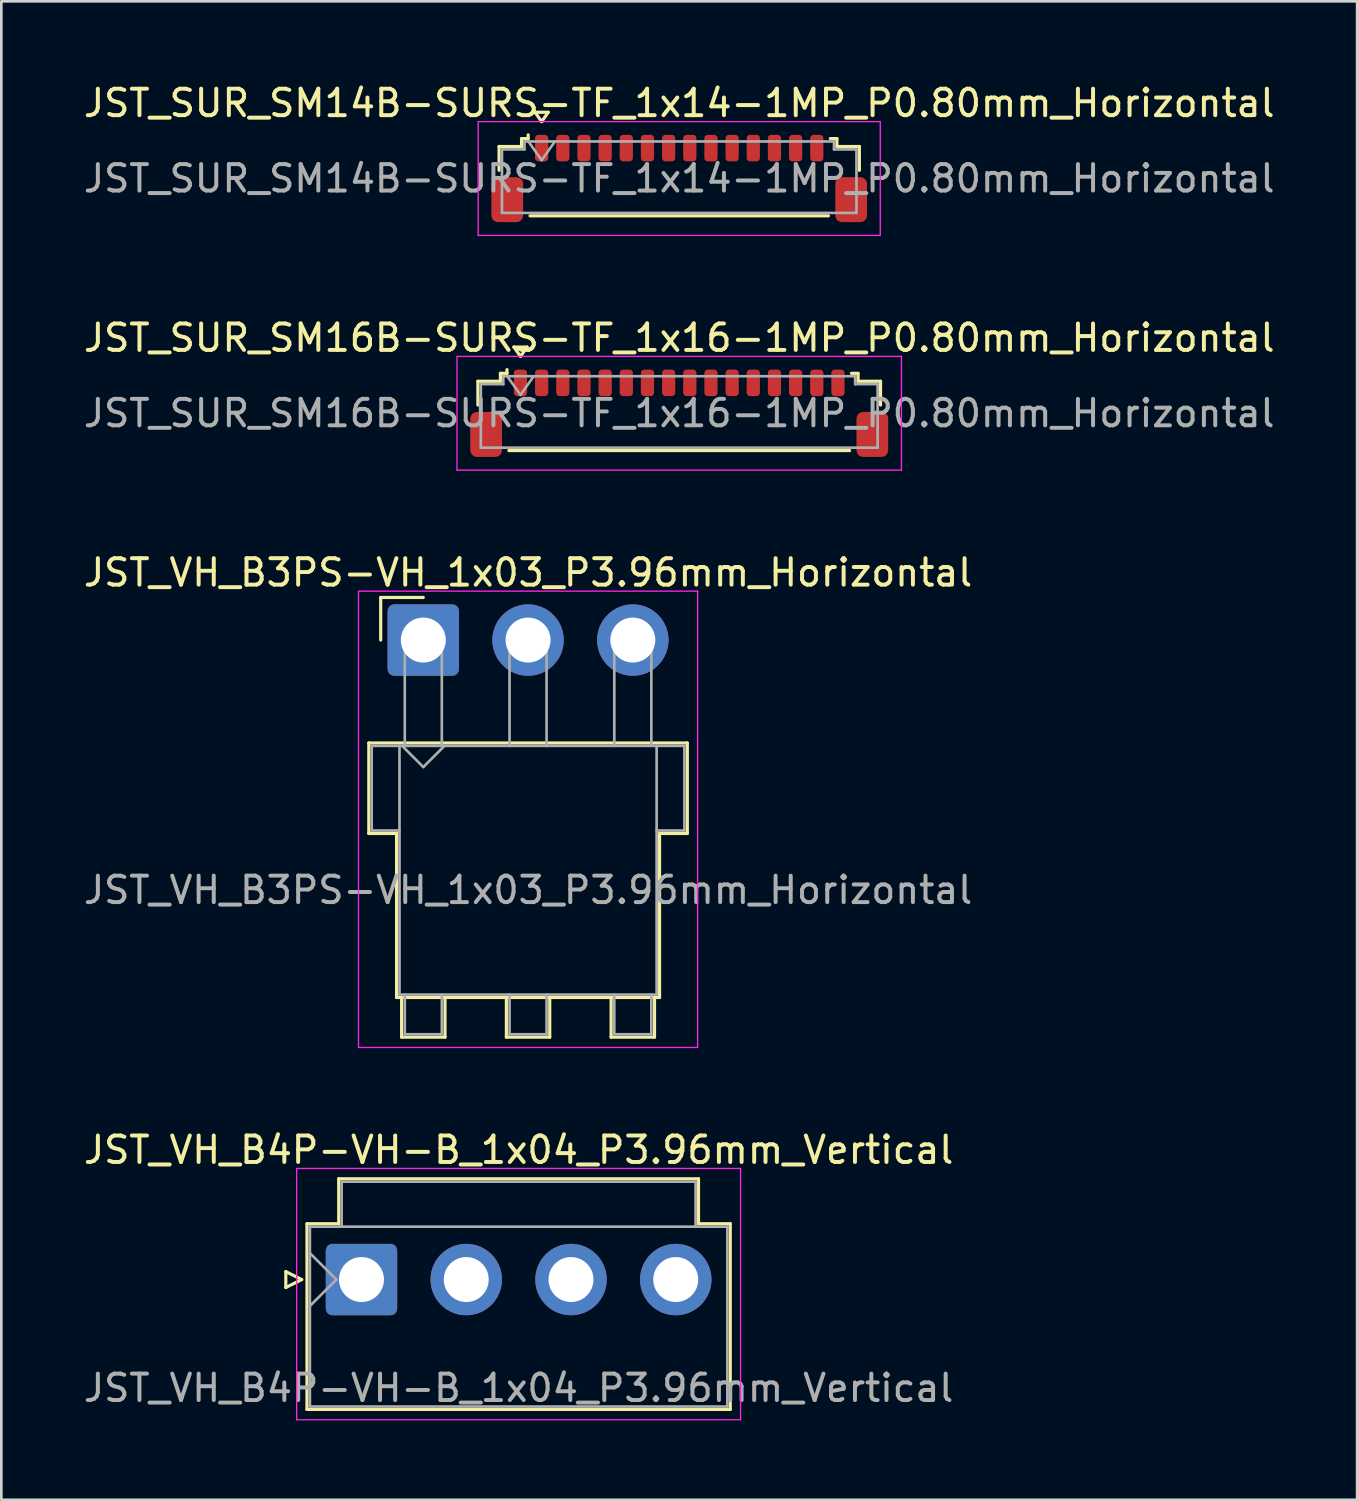
<source format=kicad_pcb>
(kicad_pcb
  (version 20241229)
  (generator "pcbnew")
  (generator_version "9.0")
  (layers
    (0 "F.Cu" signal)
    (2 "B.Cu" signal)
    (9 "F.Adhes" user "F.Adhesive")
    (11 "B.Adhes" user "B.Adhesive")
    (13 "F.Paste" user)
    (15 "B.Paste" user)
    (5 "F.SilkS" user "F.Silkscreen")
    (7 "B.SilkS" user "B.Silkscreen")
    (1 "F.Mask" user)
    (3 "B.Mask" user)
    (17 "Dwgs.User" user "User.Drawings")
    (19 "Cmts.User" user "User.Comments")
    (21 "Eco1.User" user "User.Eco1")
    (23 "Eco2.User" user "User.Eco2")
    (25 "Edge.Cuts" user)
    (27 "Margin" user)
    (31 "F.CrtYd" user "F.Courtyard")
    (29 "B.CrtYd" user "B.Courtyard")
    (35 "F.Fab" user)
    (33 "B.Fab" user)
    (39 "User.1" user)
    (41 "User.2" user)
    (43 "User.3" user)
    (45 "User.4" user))
  (footprint "JST_VH_B3PS-VH_1x03_P3.96mm_Horizontal"
    (layer "F.Cu")
    (at 12.951 21.145)
    (property "Reference" "JST_VH_B3PS-VH_1x03_P3.96mm_Horizontal" (at 3.96 -2.55 0) (layer "F.SilkS") (effects (font (size 1 1) (thickness 0.15))))
    (attr through_hole)
    (fp_line (start -2.06 3.89) (end 9.98 3.89) (stroke (width 0.12) (type solid)) (layer "F.SilkS"))
    (fp_line (start -2.06 7.31) (end -2.06 3.89) (stroke (width 0.12) (type solid)) (layer "F.SilkS"))
    (fp_line (start -1.61 -1.61) (end -1.61 0) (stroke (width 0.12) (type solid)) (layer "F.SilkS"))
    (fp_line (start -1.01 7.31) (end -2.06 7.31) (stroke (width 0.12) (type solid)) (layer "F.SilkS"))
    (fp_line (start -1.01 13.51) (end -1.01 7.31) (stroke (width 0.12) (type solid)) (layer "F.SilkS"))
    (fp_line (start -0.82 13.51) (end -0.82 15.01) (stroke (width 0.12) (type solid)) (layer "F.SilkS"))
    (fp_line (start -0.82 15.01) (end 0.82 15.01) (stroke (width 0.12) (type solid)) (layer "F.SilkS"))
    (fp_line (start 0 -1.61) (end -1.61 -1.61) (stroke (width 0.12) (type solid)) (layer "F.SilkS"))
    (fp_line (start 0.82 15.01) (end 0.82 13.51) (stroke (width 0.12) (type solid)) (layer "F.SilkS"))
    (fp_line (start 3.14 13.51) (end 3.14 15.01) (stroke (width 0.12) (type solid)) (layer "F.SilkS"))
    (fp_line (start 3.14 15.01) (end 4.78 15.01) (stroke (width 0.12) (type solid)) (layer "F.SilkS"))
    (fp_line (start 4.78 15.01) (end 4.78 13.51) (stroke (width 0.12) (type solid)) (layer "F.SilkS"))
    (fp_line (start 7.1 13.51) (end 7.1 15.01) (stroke (width 0.12) (type solid)) (layer "F.SilkS"))
    (fp_line (start 7.1 15.01) (end 8.74 15.01) (stroke (width 0.12) (type solid)) (layer "F.SilkS"))
    (fp_line (start 8.74 15.01) (end 8.74 13.51) (stroke (width 0.12) (type solid)) (layer "F.SilkS"))
    (fp_line (start 8.93 7.31) (end 8.93 13.51) (stroke (width 0.12) (type solid)) (layer "F.SilkS"))
    (fp_line (start 8.93 13.51) (end -1.01 13.51) (stroke (width 0.12) (type solid)) (layer "F.SilkS"))
    (fp_line (start 9.98 3.89) (end 9.98 7.31) (stroke (width 0.12) (type solid)) (layer "F.SilkS"))
    (fp_line (start 9.98 7.31) (end 8.93 7.31) (stroke (width 0.12) (type solid)) (layer "F.SilkS"))
    (fp_line (start -2.45 -1.85) (end -2.45 15.4) (stroke (width 0.05) (type solid)) (layer "F.CrtYd"))
    (fp_line (start -2.45 15.4) (end 10.37 15.4) (stroke (width 0.05) (type solid)) (layer "F.CrtYd"))
    (fp_line (start 10.37 -1.85) (end -2.45 -1.85) (stroke (width 0.05) (type solid)) (layer "F.CrtYd"))
    (fp_line (start 10.37 15.4) (end 10.37 -1.85) (stroke (width 0.05) (type solid)) (layer "F.CrtYd"))
    (fp_line (start -1.95 4) (end -0.9 4) (stroke (width 0.1) (type solid)) (layer "F.Fab"))
    (fp_line (start -1.95 7.2) (end -1.95 4) (stroke (width 0.1) (type solid)) (layer "F.Fab"))
    (fp_line (start -0.9 4) (end -0.9 13.4) (stroke (width 0.1) (type solid)) (layer "F.Fab"))
    (fp_line (start -0.9 7.2) (end -1.95 7.2) (stroke (width 0.1) (type solid)) (layer "F.Fab"))
    (fp_line (start -0.9 13.4) (end 8.82 13.4) (stroke (width 0.1) (type solid)) (layer "F.Fab"))
    (fp_line (start -0.8 4) (end 0 4.8) (stroke (width 0.1) (type solid)) (layer "F.Fab"))
    (fp_line (start -0.7 0) (end 0.7 0) (stroke (width 0.1) (type solid)) (layer "F.Fab"))
    (fp_line (start -0.7 4) (end -0.7 0) (stroke (width 0.1) (type solid)) (layer "F.Fab"))
    (fp_line (start -0.7 13.4) (end -0.7 14.9) (stroke (width 0.1) (type solid)) (layer "F.Fab"))
    (fp_line (start -0.7 14.9) (end 0.7 14.9) (stroke (width 0.1) (type solid)) (layer "F.Fab"))
    (fp_line (start 0 4.8) (end 0.8 4) (stroke (width 0.1) (type solid)) (layer "F.Fab"))
    (fp_line (start 0.7 0) (end 0.7 4) (stroke (width 0.1) (type solid)) (layer "F.Fab"))
    (fp_line (start 0.7 14.9) (end 0.7 13.4) (stroke (width 0.1) (type solid)) (layer "F.Fab"))
    (fp_line (start 3.26 0) (end 4.66 0) (stroke (width 0.1) (type solid)) (layer "F.Fab"))
    (fp_line (start 3.26 4) (end 3.26 0) (stroke (width 0.1) (type solid)) (layer "F.Fab"))
    (fp_line (start 3.26 13.4) (end 3.26 14.9) (stroke (width 0.1) (type solid)) (layer "F.Fab"))
    (fp_line (start 3.26 14.9) (end 4.66 14.9) (stroke (width 0.1) (type solid)) (layer "F.Fab"))
    (fp_line (start 4.66 0) (end 4.66 4) (stroke (width 0.1) (type solid)) (layer "F.Fab"))
    (fp_line (start 4.66 14.9) (end 4.66 13.4) (stroke (width 0.1) (type solid)) (layer "F.Fab"))
    (fp_line (start 7.22 0) (end 8.62 0) (stroke (width 0.1) (type solid)) (layer "F.Fab"))
    (fp_line (start 7.22 4) (end 7.22 0) (stroke (width 0.1) (type solid)) (layer "F.Fab"))
    (fp_line (start 7.22 13.4) (end 7.22 14.9) (stroke (width 0.1) (type solid)) (layer "F.Fab"))
    (fp_line (start 7.22 14.9) (end 8.62 14.9) (stroke (width 0.1) (type solid)) (layer "F.Fab"))
    (fp_line (start 8.62 0) (end 8.62 4) (stroke (width 0.1) (type solid)) (layer "F.Fab"))
    (fp_line (start 8.62 14.9) (end 8.62 13.4) (stroke (width 0.1) (type solid)) (layer "F.Fab"))
    (fp_line (start 8.82 4) (end -0.9 4) (stroke (width 0.1) (type solid)) (layer "F.Fab"))
    (fp_line (start 8.82 4) (end 9.87 4) (stroke (width 0.1) (type solid)) (layer "F.Fab"))
    (fp_line (start 8.82 13.4) (end 8.82 4) (stroke (width 0.1) (type solid)) (layer "F.Fab"))
    (fp_line (start 9.87 4) (end 9.87 7.2) (stroke (width 0.1) (type solid)) (layer "F.Fab"))
    (fp_line (start 9.87 7.2) (end 8.82 7.2) (stroke (width 0.1) (type solid)) (layer "F.Fab"))
    (fp_text user "${REFERENCE}" (at 3.96 9.45 0) (layer "F.Fab") (effects (font (size 1 1) (thickness 0.15))))
    (pad "1" thru_hole roundrect (at 0 0) (size 2.7 2.7) (drill 1.7) (layers "*.Cu" "*.Mask") (roundrect_rratio 0.093))
    (pad "2" thru_hole circle (at 3.96 0) (size 2.7 2.7) (drill 1.7) (layers "*.Cu" "*.Mask"))
    (pad "3" thru_hole circle (at 7.92 0) (size 2.7 2.7) (drill 1.7) (layers "*.Cu" "*.Mask")))
  (footprint "JST_SUR_SM16B-SURS-TF_1x16-1MP_P0.80mm_Horizontal"
    (layer "F.Cu")
    (at 22.625 12.572)
    (property "Reference" "JST_SUR_SM16B-SURS-TF_1x16-1MP_P0.80mm_Horizontal" (at 0 -2.85 0) (layer "F.SilkS") (effects (font (size 1 1) (thickness 0.15))))
    (attr smd)
    (fp_line (start -7.61 -1.21) (end -6.76 -1.21) (stroke (width 0.12) (type solid)) (layer "F.SilkS"))
    (fp_line (start -7.61 -0.31) (end -7.61 -1.21) (stroke (width 0.12) (type solid)) (layer "F.SilkS"))
    (fp_line (start -6.76 -1.51) (end -6.51 -1.51) (stroke (width 0.12) (type solid)) (layer "F.SilkS"))
    (fp_line (start -6.76 -1.21) (end -6.76 -1.51) (stroke (width 0.12) (type solid)) (layer "F.SilkS"))
    (fp_line (start -6.51 -1.51) (end -6.51 -1.65) (stroke (width 0.12) (type solid)) (layer "F.SilkS"))
    (fp_line (start -6.44 1.41) (end 6.44 1.41) (stroke (width 0.12) (type solid)) (layer "F.SilkS"))
    (fp_line (start -6.25 -2.504) (end -6 -2.15) (stroke (width 0.12) (type solid)) (layer "F.SilkS"))
    (fp_line (start -6 -2.15) (end -5.75 -2.504) (stroke (width 0.12) (type solid)) (layer "F.SilkS"))
    (fp_line (start -5.75 -2.504) (end -6.25 -2.504) (stroke (width 0.12) (type solid)) (layer "F.SilkS"))
    (fp_line (start 6.76 -1.51) (end 6.51 -1.51) (stroke (width 0.12) (type solid)) (layer "F.SilkS"))
    (fp_line (start 6.76 -1.21) (end 6.76 -1.51) (stroke (width 0.12) (type solid)) (layer "F.SilkS"))
    (fp_line (start 7.61 -1.21) (end 6.76 -1.21) (stroke (width 0.12) (type solid)) (layer "F.SilkS"))
    (fp_line (start 7.61 -0.31) (end 7.61 -1.21) (stroke (width 0.12) (type solid)) (layer "F.SilkS"))
    (fp_line (start -8.4 -2.15) (end -8.4 2.15) (stroke (width 0.05) (type solid)) (layer "F.CrtYd"))
    (fp_line (start -8.4 2.15) (end 8.4 2.15) (stroke (width 0.05) (type solid)) (layer "F.CrtYd"))
    (fp_line (start 8.4 -2.15) (end -8.4 -2.15) (stroke (width 0.05) (type solid)) (layer "F.CrtYd"))
    (fp_line (start 8.4 2.15) (end 8.4 -2.15) (stroke (width 0.05) (type solid)) (layer "F.CrtYd"))
    (fp_line (start -7.5 -1.1) (end -7.5 1.3) (stroke (width 0.1) (type solid)) (layer "F.Fab"))
    (fp_line (start -7.5 -1.1) (end -6.65 -1.1) (stroke (width 0.1) (type solid)) (layer "F.Fab"))
    (fp_line (start -7.5 1.3) (end 7.5 1.3) (stroke (width 0.1) (type solid)) (layer "F.Fab"))
    (fp_line (start -6.65 -1.4) (end 6.65 -1.4) (stroke (width 0.1) (type solid)) (layer "F.Fab"))
    (fp_line (start -6.65 -1.1) (end -6.65 -1.4) (stroke (width 0.1) (type solid)) (layer "F.Fab"))
    (fp_line (start -6.5 -1.4) (end -6 -0.693) (stroke (width 0.1) (type solid)) (layer "F.Fab"))
    (fp_line (start -6 -0.693) (end -5.5 -1.4) (stroke (width 0.1) (type solid)) (layer "F.Fab"))
    (fp_line (start 6.65 -1.4) (end 6.65 -1.1) (stroke (width 0.1) (type solid)) (layer "F.Fab"))
    (fp_line (start 6.65 -1.1) (end 7.5 -1.1) (stroke (width 0.1) (type solid)) (layer "F.Fab"))
    (fp_line (start 7.5 -1.1) (end 7.5 1.3) (stroke (width 0.1) (type solid)) (layer "F.Fab"))
    (fp_text user "${REFERENCE}" (at 0 0 0) (layer "F.Fab") (effects (font (size 1 1) (thickness 0.15))))
    (pad "1" smd roundrect (at -6 -1.15) (size 0.5 1) (layers "F.Cu" "F.Mask" "F.Paste") (roundrect_rratio 0.25))
    (pad "2" smd roundrect (at -5.2 -1.15) (size 0.5 1) (layers "F.Cu" "F.Mask" "F.Paste") (roundrect_rratio 0.25))
    (pad "3" smd roundrect (at -4.4 -1.15) (size 0.5 1) (layers "F.Cu" "F.Mask" "F.Paste") (roundrect_rratio 0.25))
    (pad "4" smd roundrect (at -3.6 -1.15) (size 0.5 1) (layers "F.Cu" "F.Mask" "F.Paste") (roundrect_rratio 0.25))
    (pad "5" smd roundrect (at -2.8 -1.15) (size 0.5 1) (layers "F.Cu" "F.Mask" "F.Paste") (roundrect_rratio 0.25))
    (pad "6" smd roundrect (at -2 -1.15) (size 0.5 1) (layers "F.Cu" "F.Mask" "F.Paste") (roundrect_rratio 0.25))
    (pad "7" smd roundrect (at -1.2 -1.15) (size 0.5 1) (layers "F.Cu" "F.Mask" "F.Paste") (roundrect_rratio 0.25))
    (pad "8" smd roundrect (at -0.4 -1.15) (size 0.5 1) (layers "F.Cu" "F.Mask" "F.Paste") (roundrect_rratio 0.25))
    (pad "9" smd roundrect (at 0.4 -1.15) (size 0.5 1) (layers "F.Cu" "F.Mask" "F.Paste") (roundrect_rratio 0.25))
    (pad "10" smd roundrect (at 1.2 -1.15) (size 0.5 1) (layers "F.Cu" "F.Mask" "F.Paste") (roundrect_rratio 0.25))
    (pad "11" smd roundrect (at 2 -1.15) (size 0.5 1) (layers "F.Cu" "F.Mask" "F.Paste") (roundrect_rratio 0.25))
    (pad "12" smd roundrect (at 2.8 -1.15) (size 0.5 1) (layers "F.Cu" "F.Mask" "F.Paste") (roundrect_rratio 0.25))
    (pad "13" smd roundrect (at 3.6 -1.15) (size 0.5 1) (layers "F.Cu" "F.Mask" "F.Paste") (roundrect_rratio 0.25))
    (pad "14" smd roundrect (at 4.4 -1.15) (size 0.5 1) (layers "F.Cu" "F.Mask" "F.Paste") (roundrect_rratio 0.25))
    (pad "15" smd roundrect (at 5.2 -1.15) (size 0.5 1) (layers "F.Cu" "F.Mask" "F.Paste") (roundrect_rratio 0.25))
    (pad "16" smd roundrect (at 6 -1.15) (size 0.5 1) (layers "F.Cu" "F.Mask" "F.Paste") (roundrect_rratio 0.25))
    (pad "MP" smd roundrect (at -7.3 0.8) (size 1.2 1.7) (layers "F.Cu" "F.Mask" "F.Paste") (roundrect_rratio 0.208))
    (pad "MP" smd roundrect (at 7.3 0.8) (size 1.2 1.7) (layers "F.Cu" "F.Mask" "F.Paste") (roundrect_rratio 0.208)))
  (footprint "JST_SUR_SM14B-SURS-TF_1x14-1MP_P0.80mm_Horizontal"
    (layer "F.Cu")
    (at 22.625 3.698)
    (property "Reference" "JST_SUR_SM14B-SURS-TF_1x14-1MP_P0.80mm_Horizontal" (at 0 -2.85 0) (layer "F.SilkS") (effects (font (size 1 1) (thickness 0.15))))
    (attr smd)
    (fp_line (start -6.81 -1.21) (end -5.96 -1.21) (stroke (width 0.12) (type solid)) (layer "F.SilkS"))
    (fp_line (start -6.81 -0.31) (end -6.81 -1.21) (stroke (width 0.12) (type solid)) (layer "F.SilkS"))
    (fp_line (start -5.96 -1.51) (end -5.71 -1.51) (stroke (width 0.12) (type solid)) (layer "F.SilkS"))
    (fp_line (start -5.96 -1.21) (end -5.96 -1.51) (stroke (width 0.12) (type solid)) (layer "F.SilkS"))
    (fp_line (start -5.71 -1.51) (end -5.71 -1.65) (stroke (width 0.12) (type solid)) (layer "F.SilkS"))
    (fp_line (start -5.64 1.41) (end 5.64 1.41) (stroke (width 0.12) (type solid)) (layer "F.SilkS"))
    (fp_line (start -5.45 -2.504) (end -5.2 -2.15) (stroke (width 0.12) (type solid)) (layer "F.SilkS"))
    (fp_line (start -5.2 -2.15) (end -4.95 -2.504) (stroke (width 0.12) (type solid)) (layer "F.SilkS"))
    (fp_line (start -4.95 -2.504) (end -5.45 -2.504) (stroke (width 0.12) (type solid)) (layer "F.SilkS"))
    (fp_line (start 5.96 -1.51) (end 5.71 -1.51) (stroke (width 0.12) (type solid)) (layer "F.SilkS"))
    (fp_line (start 5.96 -1.21) (end 5.96 -1.51) (stroke (width 0.12) (type solid)) (layer "F.SilkS"))
    (fp_line (start 6.81 -1.21) (end 5.96 -1.21) (stroke (width 0.12) (type solid)) (layer "F.SilkS"))
    (fp_line (start 6.81 -0.31) (end 6.81 -1.21) (stroke (width 0.12) (type solid)) (layer "F.SilkS"))
    (fp_line (start -7.6 -2.15) (end -7.6 2.15) (stroke (width 0.05) (type solid)) (layer "F.CrtYd"))
    (fp_line (start -7.6 2.15) (end 7.6 2.15) (stroke (width 0.05) (type solid)) (layer "F.CrtYd"))
    (fp_line (start 7.6 -2.15) (end -7.6 -2.15) (stroke (width 0.05) (type solid)) (layer "F.CrtYd"))
    (fp_line (start 7.6 2.15) (end 7.6 -2.15) (stroke (width 0.05) (type solid)) (layer "F.CrtYd"))
    (fp_line (start -6.7 -1.1) (end -6.7 1.3) (stroke (width 0.1) (type solid)) (layer "F.Fab"))
    (fp_line (start -6.7 -1.1) (end -5.85 -1.1) (stroke (width 0.1) (type solid)) (layer "F.Fab"))
    (fp_line (start -6.7 1.3) (end 6.7 1.3) (stroke (width 0.1) (type solid)) (layer "F.Fab"))
    (fp_line (start -5.85 -1.4) (end 5.85 -1.4) (stroke (width 0.1) (type solid)) (layer "F.Fab"))
    (fp_line (start -5.85 -1.1) (end -5.85 -1.4) (stroke (width 0.1) (type solid)) (layer "F.Fab"))
    (fp_line (start -5.7 -1.4) (end -5.2 -0.693) (stroke (width 0.1) (type solid)) (layer "F.Fab"))
    (fp_line (start -5.2 -0.693) (end -4.7 -1.4) (stroke (width 0.1) (type solid)) (layer "F.Fab"))
    (fp_line (start 5.85 -1.4) (end 5.85 -1.1) (stroke (width 0.1) (type solid)) (layer "F.Fab"))
    (fp_line (start 5.85 -1.1) (end 6.7 -1.1) (stroke (width 0.1) (type solid)) (layer "F.Fab"))
    (fp_line (start 6.7 -1.1) (end 6.7 1.3) (stroke (width 0.1) (type solid)) (layer "F.Fab"))
    (fp_text user "${REFERENCE}" (at 0 0 0) (layer "F.Fab") (effects (font (size 1 1) (thickness 0.15))))
    (pad "1" smd roundrect (at -5.2 -1.15) (size 0.5 1) (layers "F.Cu" "F.Mask" "F.Paste") (roundrect_rratio 0.25))
    (pad "2" smd roundrect (at -4.4 -1.15) (size 0.5 1) (layers "F.Cu" "F.Mask" "F.Paste") (roundrect_rratio 0.25))
    (pad "3" smd roundrect (at -3.6 -1.15) (size 0.5 1) (layers "F.Cu" "F.Mask" "F.Paste") (roundrect_rratio 0.25))
    (pad "4" smd roundrect (at -2.8 -1.15) (size 0.5 1) (layers "F.Cu" "F.Mask" "F.Paste") (roundrect_rratio 0.25))
    (pad "5" smd roundrect (at -2 -1.15) (size 0.5 1) (layers "F.Cu" "F.Mask" "F.Paste") (roundrect_rratio 0.25))
    (pad "6" smd roundrect (at -1.2 -1.15) (size 0.5 1) (layers "F.Cu" "F.Mask" "F.Paste") (roundrect_rratio 0.25))
    (pad "7" smd roundrect (at -0.4 -1.15) (size 0.5 1) (layers "F.Cu" "F.Mask" "F.Paste") (roundrect_rratio 0.25))
    (pad "8" smd roundrect (at 0.4 -1.15) (size 0.5 1) (layers "F.Cu" "F.Mask" "F.Paste") (roundrect_rratio 0.25))
    (pad "9" smd roundrect (at 1.2 -1.15) (size 0.5 1) (layers "F.Cu" "F.Mask" "F.Paste") (roundrect_rratio 0.25))
    (pad "10" smd roundrect (at 2 -1.15) (size 0.5 1) (layers "F.Cu" "F.Mask" "F.Paste") (roundrect_rratio 0.25))
    (pad "11" smd roundrect (at 2.8 -1.15) (size 0.5 1) (layers "F.Cu" "F.Mask" "F.Paste") (roundrect_rratio 0.25))
    (pad "12" smd roundrect (at 3.6 -1.15) (size 0.5 1) (layers "F.Cu" "F.Mask" "F.Paste") (roundrect_rratio 0.25))
    (pad "13" smd roundrect (at 4.4 -1.15) (size 0.5 1) (layers "F.Cu" "F.Mask" "F.Paste") (roundrect_rratio 0.25))
    (pad "14" smd roundrect (at 5.2 -1.15) (size 0.5 1) (layers "F.Cu" "F.Mask" "F.Paste") (roundrect_rratio 0.25))
    (pad "MP" smd roundrect (at -6.5 0.8) (size 1.2 1.7) (layers "F.Cu" "F.Mask" "F.Paste") (roundrect_rratio 0.208))
    (pad "MP" smd roundrect (at 6.5 0.8) (size 1.2 1.7) (layers "F.Cu" "F.Mask" "F.Paste") (roundrect_rratio 0.208)))
  (footprint "JST_VH_B4P-VH-B_1x04_P3.96mm_Vertical"
    (layer "F.Cu")
    (at 10.614 45.318)
    (property "Reference" "JST_VH_B4P-VH-B_1x04_P3.96mm_Vertical" (at 5.94 -4.9 0) (layer "F.SilkS") (effects (font (size 1 1) (thickness 0.15))))
    (attr through_hole)
    (fp_line (start -2.86 -0.3) (end -2.26 0) (stroke (width 0.12) (type solid)) (layer "F.SilkS"))
    (fp_line (start -2.86 0.3) (end -2.86 -0.3) (stroke (width 0.12) (type solid)) (layer "F.SilkS"))
    (fp_line (start -2.26 0) (end -2.86 0.3) (stroke (width 0.12) (type solid)) (layer "F.SilkS"))
    (fp_line (start -2.06 -2.11) (end -0.86 -2.11) (stroke (width 0.12) (type solid)) (layer "F.SilkS"))
    (fp_line (start -2.06 4.91) (end -2.06 -2.11) (stroke (width 0.12) (type solid)) (layer "F.SilkS"))
    (fp_line (start -0.86 -3.81) (end 12.74 -3.81) (stroke (width 0.12) (type solid)) (layer "F.SilkS"))
    (fp_line (start -0.86 -2.11) (end -0.86 -3.81) (stroke (width 0.12) (type solid)) (layer "F.SilkS"))
    (fp_line (start 12.74 -3.81) (end 12.74 -2.11) (stroke (width 0.12) (type solid)) (layer "F.SilkS"))
    (fp_line (start 12.74 -2.11) (end 13.94 -2.11) (stroke (width 0.12) (type solid)) (layer "F.SilkS"))
    (fp_line (start 13.94 -2.11) (end 13.94 4.91) (stroke (width 0.12) (type solid)) (layer "F.SilkS"))
    (fp_line (start 13.94 4.91) (end -2.06 4.91) (stroke (width 0.12) (type solid)) (layer "F.SilkS"))
    (fp_line (start -2.45 -4.2) (end -2.45 5.3) (stroke (width 0.05) (type solid)) (layer "F.CrtYd"))
    (fp_line (start -2.45 5.3) (end 14.33 5.3) (stroke (width 0.05) (type solid)) (layer "F.CrtYd"))
    (fp_line (start 14.33 -4.2) (end -2.45 -4.2) (stroke (width 0.05) (type solid)) (layer "F.CrtYd"))
    (fp_line (start 14.33 5.3) (end 14.33 -4.2) (stroke (width 0.05) (type solid)) (layer "F.CrtYd"))
    (fp_line (start -1.95 -2) (end -1.95 4.8) (stroke (width 0.1) (type solid)) (layer "F.Fab"))
    (fp_line (start -1.95 -1) (end -0.95 0) (stroke (width 0.1) (type solid)) (layer "F.Fab"))
    (fp_line (start -1.95 1) (end -0.95 0) (stroke (width 0.1) (type solid)) (layer "F.Fab"))
    (fp_line (start -1.95 4.8) (end 13.83 4.8) (stroke (width 0.1) (type solid)) (layer "F.Fab"))
    (fp_line (start -0.75 -3.7) (end 12.63 -3.7) (stroke (width 0.1) (type solid)) (layer "F.Fab"))
    (fp_line (start -0.75 -2) (end -0.75 -3.7) (stroke (width 0.1) (type solid)) (layer "F.Fab"))
    (fp_line (start 12.63 -3.7) (end 12.63 -2) (stroke (width 0.1) (type solid)) (layer "F.Fab"))
    (fp_line (start 13.83 -2) (end -1.95 -2) (stroke (width 0.1) (type solid)) (layer "F.Fab"))
    (fp_line (start 13.83 4.8) (end 13.83 -2) (stroke (width 0.1) (type solid)) (layer "F.Fab"))
    (fp_text user "${REFERENCE}" (at 5.94 4.1 0) (layer "F.Fab") (effects (font (size 1 1) (thickness 0.15))))
    (pad "1" thru_hole roundrect (at 0 0) (size 2.7 2.7) (drill 1.7) (layers "*.Cu" "*.Mask") (roundrect_rratio 0.093))
    (pad "2" thru_hole circle (at 3.96 0) (size 2.7 2.7) (drill 1.7) (layers "*.Cu" "*.Mask"))
    (pad "3" thru_hole circle (at 7.92 0) (size 2.7 2.7) (drill 1.7) (layers "*.Cu" "*.Mask"))
    (pad "4" thru_hole circle (at 11.88 0) (size 2.7 2.7) (drill 1.7) (layers "*.Cu" "*.Mask")))
  (gr_rect
    (start -3 -3)
    (end 48.25 53.643)
    (stroke (width 0.1) (type default))
    (fill no)
    (layer "Edge.Cuts")))
</source>
